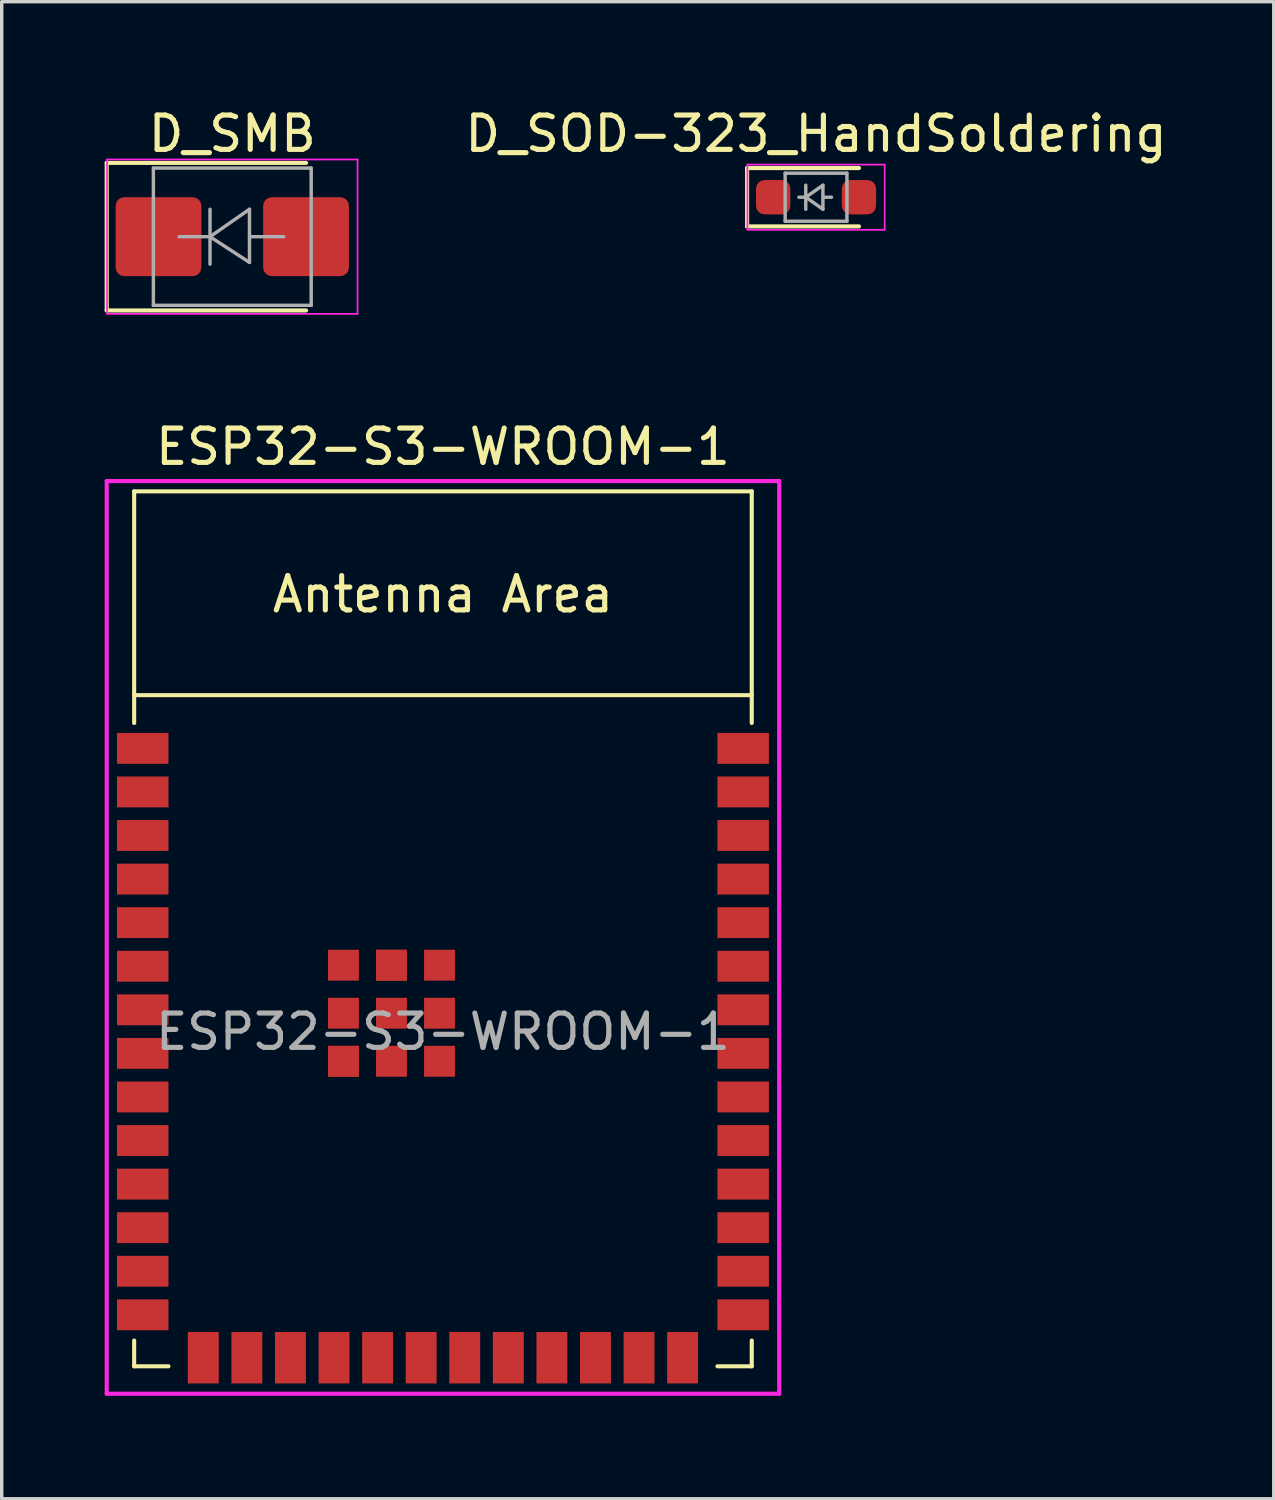
<source format=kicad_pcb>
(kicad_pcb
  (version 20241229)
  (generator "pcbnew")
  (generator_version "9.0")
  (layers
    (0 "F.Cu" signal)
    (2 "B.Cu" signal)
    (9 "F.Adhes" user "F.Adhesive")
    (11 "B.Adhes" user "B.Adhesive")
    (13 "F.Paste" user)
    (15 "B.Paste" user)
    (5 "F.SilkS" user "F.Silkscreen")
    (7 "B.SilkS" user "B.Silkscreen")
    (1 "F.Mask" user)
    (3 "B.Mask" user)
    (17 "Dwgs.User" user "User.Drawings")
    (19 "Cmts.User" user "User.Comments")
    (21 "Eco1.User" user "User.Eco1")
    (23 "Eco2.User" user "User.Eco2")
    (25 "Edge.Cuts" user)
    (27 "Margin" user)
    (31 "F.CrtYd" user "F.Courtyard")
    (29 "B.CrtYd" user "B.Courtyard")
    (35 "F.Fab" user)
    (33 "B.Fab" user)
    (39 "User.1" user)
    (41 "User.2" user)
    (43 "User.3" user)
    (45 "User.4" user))
  (footprint "D_SMB"
    (layer "F.Cu")
    (at 3.72 3.848)
    (property "Reference" "D_SMB" (at 0 -3 0) (layer "F.SilkS") (effects (font (size 1 1) (thickness 0.15))))
    (attr smd)
    (fp_line (start -3.66 -2.15) (end -3.66 2.15) (stroke (width 0.12) (type solid)) (layer "F.SilkS"))
    (fp_line (start -3.66 -2.15) (end 2.15 -2.15) (stroke (width 0.12) (type solid)) (layer "F.SilkS"))
    (fp_line (start -3.66 2.15) (end 2.15 2.15) (stroke (width 0.12) (type solid)) (layer "F.SilkS"))
    (fp_line (start -3.65 -2.25) (end 3.65 -2.25) (stroke (width 0.05) (type solid)) (layer "F.CrtYd"))
    (fp_line (start -3.65 2.25) (end -3.65 -2.25) (stroke (width 0.05) (type solid)) (layer "F.CrtYd"))
    (fp_line (start 3.65 -2.25) (end 3.65 2.25) (stroke (width 0.05) (type solid)) (layer "F.CrtYd"))
    (fp_line (start 3.65 2.25) (end -3.65 2.25) (stroke (width 0.05) (type solid)) (layer "F.CrtYd"))
    (fp_line (start -2.3 2) (end -2.3 -2) (stroke (width 0.1) (type solid)) (layer "F.Fab"))
    (fp_line (start -0.649 -0.799) (end -0.649 0.801) (stroke (width 0.1) (type solid)) (layer "F.Fab"))
    (fp_line (start -0.649 0.001) (end -1.551 0.001) (stroke (width 0.1) (type solid)) (layer "F.Fab"))
    (fp_line (start -0.649 0.001) (end 0.501 -0.799) (stroke (width 0.1) (type solid)) (layer "F.Fab"))
    (fp_line (start -0.649 0.001) (end 0.501 0.75) (stroke (width 0.1) (type solid)) (layer "F.Fab"))
    (fp_line (start 0.501 0.001) (end 1.499 0.001) (stroke (width 0.1) (type solid)) (layer "F.Fab"))
    (fp_line (start 0.501 0.75) (end 0.501 -0.799) (stroke (width 0.1) (type solid)) (layer "F.Fab"))
    (fp_line (start 2.3 -2) (end -2.3 -2) (stroke (width 0.1) (type solid)) (layer "F.Fab"))
    (fp_line (start 2.3 -2) (end 2.3 2) (stroke (width 0.1) (type solid)) (layer "F.Fab"))
    (fp_line (start 2.3 2) (end -2.3 2) (stroke (width 0.1) (type solid)) (layer "F.Fab"))
    (fp_line (start -3.3 -2) (end -3.3 2) (stroke (width 0.1) (type default)) (layer "User.7"))
    (fp_rect (start -3.5 -2) (end 3.5 2) (stroke (width 0.1) (type default)) (fill no) (layer "User.7"))
    (fp_text user "${REFERENCE}" (at 0 0 0) (layer "User.5") (effects (font (size 0.6 0.6) (thickness 0.08))))
    (pad "1" smd roundrect (at -2.15 0) (size 2.5 2.3) (layers "F.Cu" "F.Mask" "F.Paste") (roundrect_rratio 0.109))
    (pad "2" smd roundrect (at 2.15 0) (size 2.5 2.3) (layers "F.Cu" "F.Mask" "F.Paste") (roundrect_rratio 0.109)))
  (footprint "ESP32-S3-WROOM-1"
    (layer "F.Cu")
    (at 9.86 27.021)
    (property "Reference" "ESP32-S3-WROOM-1" (at 0 -17.05 0) (layer "F.SilkS") (effects (font (size 1 1) (thickness 0.15))))
    (attr smd)
    (fp_line (start -9 -15.75) (end -9 -9) (stroke (width 0.12) (type solid)) (layer "F.SilkS"))
    (fp_line (start -9 -15.75) (end 9 -15.75) (stroke (width 0.12) (type solid)) (layer "F.SilkS"))
    (fp_line (start -9 9) (end -9 9.75) (stroke (width 0.12) (type solid)) (layer "F.SilkS"))
    (fp_line (start -9 9.75) (end -8 9.75) (stroke (width 0.12) (type solid)) (layer "F.SilkS"))
    (fp_line (start 9 -15.75) (end 9 -9) (stroke (width 0.12) (type solid)) (layer "F.SilkS"))
    (fp_line (start 9 -9.81) (end -9 -9.81) (stroke (width 0.12) (type solid)) (layer "F.SilkS"))
    (fp_line (start 9 9) (end 9 9.75) (stroke (width 0.12) (type solid)) (layer "F.SilkS"))
    (fp_line (start 9 9.75) (end 8 9.75) (stroke (width 0.12) (type solid)) (layer "F.SilkS"))
    (fp_line (start -9 -15.75) (end 9 -15.75) (stroke (width 0.12) (type solid)) (layer "Eco2.User"))
    (fp_line (start -9 -9.81) (end 9 -9.81) (stroke (width 0.12) (type solid)) (layer "Eco2.User"))
    (fp_line (start -9 9.75) (end -9 -15.75) (stroke (width 0.12) (type solid)) (layer "Eco2.User"))
    (fp_line (start 9 -15.75) (end 9 9.75) (stroke (width 0.12) (type solid)) (layer "Eco2.User"))
    (fp_line (start 9 9.75) (end -9 9.75) (stroke (width 0.12) (type solid)) (layer "Eco2.User"))
    (fp_line (start -9.8 -16.05) (end -9.8 10.55) (stroke (width 0.12) (type solid)) (layer "F.CrtYd"))
    (fp_line (start -9.8 10.55) (end 9.8 10.55) (stroke (width 0.12) (type solid)) (layer "F.CrtYd"))
    (fp_line (start 9.8 -16.05) (end -9.8 -16.05) (stroke (width 0.12) (type solid)) (layer "F.CrtYd"))
    (fp_line (start 9.8 -16.05) (end 9.8 10.55) (stroke (width 0.12) (type solid)) (layer "F.CrtYd"))
    (fp_text user "Antenna Area" (at 0 -12.75 0) (layer "F.SilkS") (effects (font (size 1 1) (thickness 0.15))))
    (fp_text user "Antenna Area" (at 0 -12.75 0) (layer "Eco2.User") (effects (font (size 1 1) (thickness 0.15))))
    (fp_text user "${REFERENCE}" (at 0 0 0) (layer "F.Fab") (effects (font (size 1 1) (thickness 0.15))))
    (pad "1" smd rect (at -8.75 -8.26) (size 1.5 0.9) (layers "F.Cu" "F.Mask" "F.Paste"))
    (pad "2" smd rect (at -8.75 -6.99) (size 1.5 0.9) (layers "F.Cu" "F.Mask" "F.Paste"))
    (pad "3" smd rect (at -8.75 -5.72) (size 1.5 0.9) (layers "F.Cu" "F.Mask" "F.Paste"))
    (pad "4" smd rect (at -8.75 -4.45) (size 1.5 0.9) (layers "F.Cu" "F.Mask" "F.Paste"))
    (pad "5" smd rect (at -8.75 -3.18) (size 1.5 0.9) (layers "F.Cu" "F.Mask" "F.Paste"))
    (pad "6" smd rect (at -8.75 -1.91) (size 1.5 0.9) (layers "F.Cu" "F.Mask" "F.Paste"))
    (pad "7" smd rect (at -8.75 -0.64) (size 1.5 0.9) (layers "F.Cu" "F.Mask" "F.Paste"))
    (pad "8" smd rect (at -8.75 0.63) (size 1.5 0.9) (layers "F.Cu" "F.Mask" "F.Paste"))
    (pad "9" smd rect (at -8.75 1.9) (size 1.5 0.9) (layers "F.Cu" "F.Mask" "F.Paste"))
    (pad "10" smd rect (at -8.75 3.17) (size 1.5 0.9) (layers "F.Cu" "F.Mask" "F.Paste"))
    (pad "11" smd rect (at -8.75 4.44) (size 1.5 0.9) (layers "F.Cu" "F.Mask" "F.Paste"))
    (pad "12" smd rect (at -8.75 5.71) (size 1.5 0.9) (layers "F.Cu" "F.Mask" "F.Paste"))
    (pad "13" smd rect (at -8.75 6.98) (size 1.5 0.9) (layers "F.Cu" "F.Mask" "F.Paste"))
    (pad "14" smd rect (at -8.75 8.25) (size 1.5 0.9) (layers "F.Cu" "F.Mask" "F.Paste"))
    (pad "15" smd rect (at -6.985 9.5 90) (size 1.5 0.9) (layers "F.Cu" "F.Mask" "F.Paste"))
    (pad "16" smd rect (at -5.715 9.5 90) (size 1.5 0.9) (layers "F.Cu" "F.Mask" "F.Paste"))
    (pad "17" smd rect (at -4.445 9.5 90) (size 1.5 0.9) (layers "F.Cu" "F.Mask" "F.Paste"))
    (pad "18" smd rect (at -3.175 9.5 90) (size 1.5 0.9) (layers "F.Cu" "F.Mask" "F.Paste"))
    (pad "19" smd rect (at -1.905 9.5 90) (size 1.5 0.9) (layers "F.Cu" "F.Mask" "F.Paste"))
    (pad "20" smd rect (at -0.635 9.5 90) (size 1.5 0.9) (layers "F.Cu" "F.Mask" "F.Paste"))
    (pad "21" smd rect (at 0.635 9.5 90) (size 1.5 0.9) (layers "F.Cu" "F.Mask" "F.Paste"))
    (pad "22" smd rect (at 1.905 9.5 90) (size 1.5 0.9) (layers "F.Cu" "F.Mask" "F.Paste"))
    (pad "23" smd rect (at 3.175 9.5 90) (size 1.5 0.9) (layers "F.Cu" "F.Mask" "F.Paste"))
    (pad "24" smd rect (at 4.445 9.5 90) (size 1.5 0.9) (layers "F.Cu" "F.Mask" "F.Paste"))
    (pad "25" smd rect (at 5.715 9.5 90) (size 1.5 0.9) (layers "F.Cu" "F.Mask" "F.Paste"))
    (pad "26" smd rect (at 6.985 9.5 90) (size 1.5 0.9) (layers "F.Cu" "F.Mask" "F.Paste"))
    (pad "27" smd rect (at 8.75 8.25 180) (size 1.5 0.9) (layers "F.Cu" "F.Mask" "F.Paste"))
    (pad "28" smd rect (at 8.75 6.98 180) (size 1.5 0.9) (layers "F.Cu" "F.Mask" "F.Paste"))
    (pad "29" smd rect (at 8.75 5.71 180) (size 1.5 0.9) (layers "F.Cu" "F.Mask" "F.Paste"))
    (pad "30" smd rect (at 8.75 4.44 180) (size 1.5 0.9) (layers "F.Cu" "F.Mask" "F.Paste"))
    (pad "31" smd rect (at 8.75 3.17 180) (size 1.5 0.9) (layers "F.Cu" "F.Mask" "F.Paste"))
    (pad "32" smd rect (at 8.75 1.9 180) (size 1.5 0.9) (layers "F.Cu" "F.Mask" "F.Paste"))
    (pad "33" smd rect (at 8.75 0.63 180) (size 1.5 0.9) (layers "F.Cu" "F.Mask" "F.Paste"))
    (pad "34" smd rect (at 8.75 -0.64 180) (size 1.5 0.9) (layers "F.Cu" "F.Mask" "F.Paste"))
    (pad "35" smd rect (at 8.75 -1.91 180) (size 1.5 0.9) (layers "F.Cu" "F.Mask" "F.Paste"))
    (pad "36" smd rect (at 8.75 -3.18 180) (size 1.5 0.9) (layers "F.Cu" "F.Mask" "F.Paste"))
    (pad "37" smd rect (at 8.75 -4.45 180) (size 1.5 0.9) (layers "F.Cu" "F.Mask" "F.Paste"))
    (pad "38" smd rect (at 8.75 -5.72 180) (size 1.5 0.9) (layers "F.Cu" "F.Mask" "F.Paste"))
    (pad "39" smd rect (at 8.75 -6.99 180) (size 1.5 0.9) (layers "F.Cu" "F.Mask" "F.Paste"))
    (pad "40" smd rect (at 8.75 -8.26 180) (size 1.5 0.9) (layers "F.Cu" "F.Mask" "F.Paste"))
    (pad "41" smd rect (at -2.9 -1.94 180) (size 0.9 0.9) (layers "F.Cu" "F.Mask" "F.Paste"))
    (pad "41" smd rect (at -2.9 -0.54 180) (size 0.9 0.9) (layers "F.Cu" "F.Mask" "F.Paste"))
    (pad "41" smd rect (at -2.9 0.86 180) (size 0.9 0.9) (layers "F.Cu" "F.Mask" "F.Paste"))
    (pad "41" smd rect (at -2.9 0.86 180) (size 0.9 0.9) (layers "F.Cu" "F.Mask" "F.Paste"))
    (pad "41" smd rect (at -1.5 -1.94 180) (size 0.9 0.9) (layers "F.Cu" "F.Mask" "F.Paste"))
    (pad "41" smd rect (at -1.5 -1.94 180) (size 0.9 0.9) (layers "F.Cu" "F.Mask" "F.Paste"))
    (pad "41" smd rect (at -1.5 -0.54 180) (size 0.9 0.9) (layers "F.Cu" "F.Mask" "F.Paste"))
    (pad "41" smd rect (at -1.5 0.86 180) (size 0.9 0.9) (layers "F.Cu" "F.Mask" "F.Paste"))
    (pad "41" smd rect (at -0.1 -1.94 180) (size 0.9 0.9) (layers "F.Cu" "F.Mask" "F.Paste"))
    (pad "41" smd rect (at -0.1 -0.54 180) (size 0.9 0.9) (layers "F.Cu" "F.Mask" "F.Paste"))
    (pad "41" smd rect (at -0.1 0.86 180) (size 0.9 0.9) (layers "F.Cu" "F.Mask" "F.Paste"))
    (zone (net_name "") (layers "F.Cu" "B.Cu") (name "antenna keepout") (hatch edge 0.508) (connect_pads) (min_thickness 0.254) (filled_areas_thickness no) (keepout (tracks not_allowed) (vias not_allowed) (pads not_allowed) (copperpour not_allowed) (footprints not_allowed)) (placement (enabled no)) (fill) (polygon (pts (xy 18.86 17.221) (xy 0.86 17.221) (xy 0.86 11.271) (xy 18.86 11.271)))))
  (footprint "D_SOD-323_HandSoldering"
    (layer "F.Cu")
    (at 20.734 2.698)
    (property "Reference" "D_SOD-323_HandSoldering" (at 0 -1.85 0) (layer "F.SilkS") (effects (font (size 1 1) (thickness 0.15))))
    (attr smd)
    (fp_line (start -2.01 -0.85) (end -2.01 0.85) (stroke (width 0.12) (type solid)) (layer "F.SilkS"))
    (fp_line (start -2.01 -0.85) (end 1.25 -0.85) (stroke (width 0.12) (type solid)) (layer "F.SilkS"))
    (fp_line (start -2.01 0.85) (end 1.25 0.85) (stroke (width 0.12) (type solid)) (layer "F.SilkS"))
    (fp_line (start -2 -0.95) (end -2 0.95) (stroke (width 0.05) (type solid)) (layer "F.CrtYd"))
    (fp_line (start -2 -0.95) (end 2 -0.95) (stroke (width 0.05) (type solid)) (layer "F.CrtYd"))
    (fp_line (start -2 0.95) (end 2 0.95) (stroke (width 0.05) (type solid)) (layer "F.CrtYd"))
    (fp_line (start 2 -0.95) (end 2 0.95) (stroke (width 0.05) (type solid)) (layer "F.CrtYd"))
    (fp_line (start -0.9 -0.7) (end 0.9 -0.7) (stroke (width 0.1) (type solid)) (layer "F.Fab"))
    (fp_line (start -0.9 0.7) (end -0.9 -0.7) (stroke (width 0.1) (type solid)) (layer "F.Fab"))
    (fp_line (start -0.3 -0.35) (end -0.3 0.35) (stroke (width 0.1) (type solid)) (layer "F.Fab"))
    (fp_line (start -0.3 0) (end -0.5 0) (stroke (width 0.1) (type solid)) (layer "F.Fab"))
    (fp_line (start -0.3 0) (end 0.2 -0.35) (stroke (width 0.1) (type solid)) (layer "F.Fab"))
    (fp_line (start 0.2 -0.35) (end 0.2 0.35) (stroke (width 0.1) (type solid)) (layer "F.Fab"))
    (fp_line (start 0.2 0) (end 0.45 0) (stroke (width 0.1) (type solid)) (layer "F.Fab"))
    (fp_line (start 0.2 0.35) (end -0.3 0) (stroke (width 0.1) (type solid)) (layer "F.Fab"))
    (fp_line (start 0.9 -0.7) (end 0.9 0.7) (stroke (width 0.1) (type solid)) (layer "F.Fab"))
    (fp_line (start 0.9 0.7) (end -0.9 0.7) (stroke (width 0.1) (type solid)) (layer "F.Fab"))
    (fp_line (start -1.8 -0.8) (end -1.8 0.7) (stroke (width 0.1) (type default)) (layer "User.7"))
    (fp_rect (start -1.95 -0.8) (end 1.95 0.75) (stroke (width 0.1) (type default)) (fill no) (layer "User.7"))
    (fp_text user "${REFERENCE}" (at 0 0 0) (layer "User.5") (effects (font (size 0.6 0.6) (thickness 0.08))))
    (pad "1" smd roundrect (at -1.25 0) (size 1 1) (layers "F.Cu" "F.Mask" "F.Paste") (roundrect_rratio 0.25))
    (pad "2" smd roundrect (at 1.25 0) (size 1 1) (layers "F.Cu" "F.Mask" "F.Paste") (roundrect_rratio 0.25)))
  (gr_rect
    (start -3 -3)
    (end 34.074 40.632)
    (stroke (width 0.1) (type default))
    (fill no)
    (layer "Edge.Cuts")))
</source>
